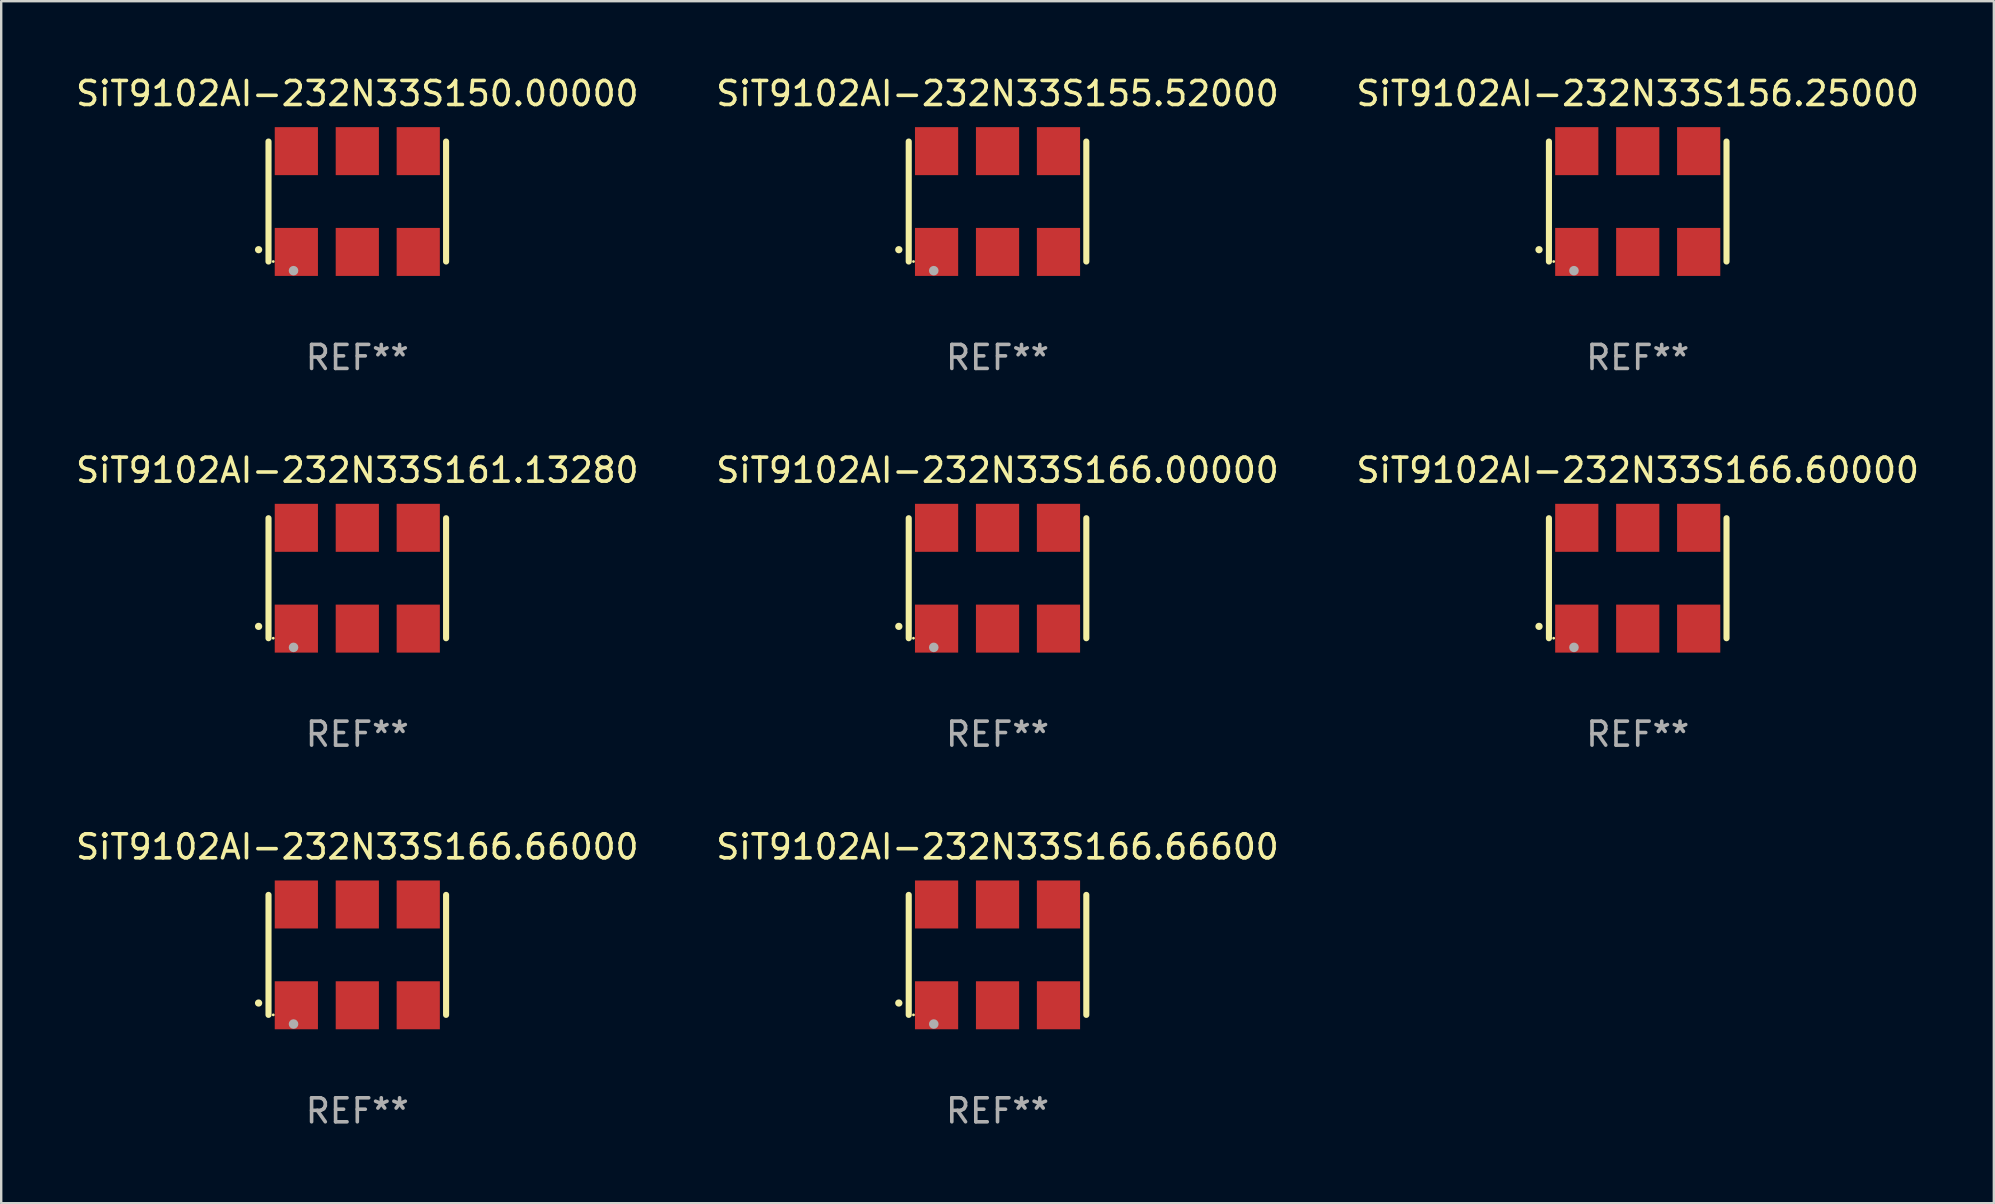
<source format=kicad_pcb>
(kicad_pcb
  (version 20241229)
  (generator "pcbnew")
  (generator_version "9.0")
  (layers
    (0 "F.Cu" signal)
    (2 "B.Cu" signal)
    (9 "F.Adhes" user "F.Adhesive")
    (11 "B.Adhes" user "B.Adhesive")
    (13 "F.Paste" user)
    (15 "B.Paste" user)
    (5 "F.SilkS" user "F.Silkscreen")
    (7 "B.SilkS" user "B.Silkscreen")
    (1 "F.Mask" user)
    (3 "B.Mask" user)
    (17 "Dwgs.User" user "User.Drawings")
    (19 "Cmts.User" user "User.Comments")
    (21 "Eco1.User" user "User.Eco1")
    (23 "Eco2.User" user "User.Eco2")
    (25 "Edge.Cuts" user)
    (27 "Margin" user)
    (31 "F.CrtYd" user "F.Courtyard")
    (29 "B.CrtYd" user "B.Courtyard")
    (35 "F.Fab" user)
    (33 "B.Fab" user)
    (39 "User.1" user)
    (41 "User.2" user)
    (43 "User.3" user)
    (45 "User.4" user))
  (footprint "SiT9102AI-232N33S166.00000"
    (layer "F.Cu")
    (at 38.518 21.045)
    (property "Reference" "SiT9102AI-232N33S166.00000" (at 0 -4.5 0) (layer "F.SilkS") (effects (font (size 1 1) (thickness 0.15))))
    (attr through_hole)
    (fp_line (start -3.7 -2.5) (end -3.7 2.5) (stroke (width 0.254) (type solid)) (layer "F.SilkS"))
    (fp_line (start 3.7 -2.5) (end 3.7 2.5) (stroke (width 0.254) (type solid)) (layer "F.SilkS"))
    (fp_arc (start -4.114415 2.006604) (mid -4.113145 2.006599) (end -4.111875 2.006604) (stroke (width 0.3) (type solid)) (layer "F.SilkS"))
    (fp_circle (center -3.502 2.5) (end -3.472 2.5) (stroke (width 0.06) (type solid)) (fill no) (layer "F.SilkS"))
    (fp_circle (center -2.657 2.882) (end -2.557 2.882) (stroke (width 0.2) (type solid)) (fill no) (layer "F.Fab"))
    (fp_text user "REF**" (at 0 6.5 0) (layer "F.Fab") (effects (font (size 1 1) (thickness 0.15))))
    (pad "1" smd rect (at -2.54 2.1) (size 1.8 2) (layers "F.Cu" "F.Mask" "F.Paste"))
    (pad "2" smd rect (at 0.000394 2.1) (size 1.8 2) (layers "F.Cu" "F.Mask" "F.Paste"))
    (pad "3" smd rect (at 2.54 2.1) (size 1.8 2) (layers "F.Cu" "F.Mask" "F.Paste"))
    (pad "4" smd rect (at 2.54 -2.1) (size 1.8 2) (layers "F.Cu" "F.Mask" "F.Paste"))
    (pad "5" smd rect (at 0.000394 -2.1) (size 1.8 2) (layers "F.Cu" "F.Mask" "F.Paste"))
    (pad "6" smd rect (at -2.54 -2.1) (size 1.8 2) (layers "F.Cu" "F.Mask" "F.Paste")))
  (footprint "SiT9102AI-232N33S150.00000"
    (layer "F.Cu")
    (at 11.839 5.348)
    (property "Reference" "SiT9102AI-232N33S150.00000" (at 0 -4.5 0) (layer "F.SilkS") (effects (font (size 1 1) (thickness 0.15))))
    (attr through_hole)
    (fp_line (start -3.7 -2.5) (end -3.7 2.5) (stroke (width 0.254) (type solid)) (layer "F.SilkS"))
    (fp_line (start 3.7 -2.5) (end 3.7 2.5) (stroke (width 0.254) (type solid)) (layer "F.SilkS"))
    (fp_arc (start -4.114415 2.006604) (mid -4.113145 2.006599) (end -4.111875 2.006604) (stroke (width 0.3) (type solid)) (layer "F.SilkS"))
    (fp_circle (center -3.502 2.5) (end -3.472 2.5) (stroke (width 0.06) (type solid)) (fill no) (layer "F.SilkS"))
    (fp_circle (center -2.657 2.882) (end -2.557 2.882) (stroke (width 0.2) (type solid)) (fill no) (layer "F.Fab"))
    (fp_text user "REF**" (at 0 6.5 0) (layer "F.Fab") (effects (font (size 1 1) (thickness 0.15))))
    (pad "1" smd rect (at -2.54 2.1) (size 1.8 2) (layers "F.Cu" "F.Mask" "F.Paste"))
    (pad "2" smd rect (at 0.000394 2.1) (size 1.8 2) (layers "F.Cu" "F.Mask" "F.Paste"))
    (pad "3" smd rect (at 2.54 2.1) (size 1.8 2) (layers "F.Cu" "F.Mask" "F.Paste"))
    (pad "4" smd rect (at 2.54 -2.1) (size 1.8 2) (layers "F.Cu" "F.Mask" "F.Paste"))
    (pad "5" smd rect (at 0.000394 -2.1) (size 1.8 2) (layers "F.Cu" "F.Mask" "F.Paste"))
    (pad "6" smd rect (at -2.54 -2.1) (size 1.8 2) (layers "F.Cu" "F.Mask" "F.Paste")))
  (footprint "SiT9102AI-232N33S166.60000"
    (layer "F.Cu")
    (at 65.196 21.045)
    (property "Reference" "SiT9102AI-232N33S166.60000" (at 0 -4.5 0) (layer "F.SilkS") (effects (font (size 1 1) (thickness 0.15))))
    (attr through_hole)
    (fp_line (start -3.7 -2.5) (end -3.7 2.5) (stroke (width 0.254) (type solid)) (layer "F.SilkS"))
    (fp_line (start 3.7 -2.5) (end 3.7 2.5) (stroke (width 0.254) (type solid)) (layer "F.SilkS"))
    (fp_arc (start -4.114415 2.006604) (mid -4.113145 2.006599) (end -4.111875 2.006604) (stroke (width 0.3) (type solid)) (layer "F.SilkS"))
    (fp_circle (center -3.502 2.5) (end -3.472 2.5) (stroke (width 0.06) (type solid)) (fill no) (layer "F.SilkS"))
    (fp_circle (center -2.657 2.882) (end -2.557 2.882) (stroke (width 0.2) (type solid)) (fill no) (layer "F.Fab"))
    (fp_text user "REF**" (at 0 6.5 0) (layer "F.Fab") (effects (font (size 1 1) (thickness 0.15))))
    (pad "1" smd rect (at -2.54 2.1) (size 1.8 2) (layers "F.Cu" "F.Mask" "F.Paste"))
    (pad "2" smd rect (at 0.000394 2.1) (size 1.8 2) (layers "F.Cu" "F.Mask" "F.Paste"))
    (pad "3" smd rect (at 2.54 2.1) (size 1.8 2) (layers "F.Cu" "F.Mask" "F.Paste"))
    (pad "4" smd rect (at 2.54 -2.1) (size 1.8 2) (layers "F.Cu" "F.Mask" "F.Paste"))
    (pad "5" smd rect (at 0.000394 -2.1) (size 1.8 2) (layers "F.Cu" "F.Mask" "F.Paste"))
    (pad "6" smd rect (at -2.54 -2.1) (size 1.8 2) (layers "F.Cu" "F.Mask" "F.Paste")))
  (footprint "SiT9102AI-232N33S166.66000"
    (layer "F.Cu")
    (at 11.839 36.741)
    (property "Reference" "SiT9102AI-232N33S166.66000" (at 0 -4.5 0) (layer "F.SilkS") (effects (font (size 1 1) (thickness 0.15))))
    (attr through_hole)
    (fp_line (start -3.7 -2.5) (end -3.7 2.5) (stroke (width 0.254) (type solid)) (layer "F.SilkS"))
    (fp_line (start 3.7 -2.5) (end 3.7 2.5) (stroke (width 0.254) (type solid)) (layer "F.SilkS"))
    (fp_arc (start -4.114415 2.006604) (mid -4.113145 2.006599) (end -4.111875 2.006604) (stroke (width 0.3) (type solid)) (layer "F.SilkS"))
    (fp_circle (center -3.502 2.5) (end -3.472 2.5) (stroke (width 0.06) (type solid)) (fill no) (layer "F.SilkS"))
    (fp_circle (center -2.657 2.882) (end -2.557 2.882) (stroke (width 0.2) (type solid)) (fill no) (layer "F.Fab"))
    (fp_text user "REF**" (at 0 6.5 0) (layer "F.Fab") (effects (font (size 1 1) (thickness 0.15))))
    (pad "1" smd rect (at -2.54 2.1) (size 1.8 2) (layers "F.Cu" "F.Mask" "F.Paste"))
    (pad "2" smd rect (at 0.000394 2.1) (size 1.8 2) (layers "F.Cu" "F.Mask" "F.Paste"))
    (pad "3" smd rect (at 2.54 2.1) (size 1.8 2) (layers "F.Cu" "F.Mask" "F.Paste"))
    (pad "4" smd rect (at 2.54 -2.1) (size 1.8 2) (layers "F.Cu" "F.Mask" "F.Paste"))
    (pad "5" smd rect (at 0.000394 -2.1) (size 1.8 2) (layers "F.Cu" "F.Mask" "F.Paste"))
    (pad "6" smd rect (at -2.54 -2.1) (size 1.8 2) (layers "F.Cu" "F.Mask" "F.Paste")))
  (footprint "SiT9102AI-232N33S161.13280"
    (layer "F.Cu")
    (at 11.839 21.045)
    (property "Reference" "SiT9102AI-232N33S161.13280" (at 0 -4.5 0) (layer "F.SilkS") (effects (font (size 1 1) (thickness 0.15))))
    (attr through_hole)
    (fp_line (start -3.7 -2.5) (end -3.7 2.5) (stroke (width 0.254) (type solid)) (layer "F.SilkS"))
    (fp_line (start 3.7 -2.5) (end 3.7 2.5) (stroke (width 0.254) (type solid)) (layer "F.SilkS"))
    (fp_arc (start -4.114415 2.006604) (mid -4.113145 2.006599) (end -4.111875 2.006604) (stroke (width 0.3) (type solid)) (layer "F.SilkS"))
    (fp_circle (center -3.502 2.5) (end -3.472 2.5) (stroke (width 0.06) (type solid)) (fill no) (layer "F.SilkS"))
    (fp_circle (center -2.657 2.882) (end -2.557 2.882) (stroke (width 0.2) (type solid)) (fill no) (layer "F.Fab"))
    (fp_text user "REF**" (at 0 6.5 0) (layer "F.Fab") (effects (font (size 1 1) (thickness 0.15))))
    (pad "1" smd rect (at -2.54 2.1) (size 1.8 2) (layers "F.Cu" "F.Mask" "F.Paste"))
    (pad "2" smd rect (at 0.000394 2.1) (size 1.8 2) (layers "F.Cu" "F.Mask" "F.Paste"))
    (pad "3" smd rect (at 2.54 2.1) (size 1.8 2) (layers "F.Cu" "F.Mask" "F.Paste"))
    (pad "4" smd rect (at 2.54 -2.1) (size 1.8 2) (layers "F.Cu" "F.Mask" "F.Paste"))
    (pad "5" smd rect (at 0.000394 -2.1) (size 1.8 2) (layers "F.Cu" "F.Mask" "F.Paste"))
    (pad "6" smd rect (at -2.54 -2.1) (size 1.8 2) (layers "F.Cu" "F.Mask" "F.Paste")))
  (footprint "SiT9102AI-232N33S155.52000"
    (layer "F.Cu")
    (at 38.518 5.348)
    (property "Reference" "SiT9102AI-232N33S155.52000" (at 0 -4.5 0) (layer "F.SilkS") (effects (font (size 1 1) (thickness 0.15))))
    (attr through_hole)
    (fp_line (start -3.7 -2.5) (end -3.7 2.5) (stroke (width 0.254) (type solid)) (layer "F.SilkS"))
    (fp_line (start 3.7 -2.5) (end 3.7 2.5) (stroke (width 0.254) (type solid)) (layer "F.SilkS"))
    (fp_arc (start -4.114415 2.006604) (mid -4.113145 2.006599) (end -4.111875 2.006604) (stroke (width 0.3) (type solid)) (layer "F.SilkS"))
    (fp_circle (center -3.502 2.5) (end -3.472 2.5) (stroke (width 0.06) (type solid)) (fill no) (layer "F.SilkS"))
    (fp_circle (center -2.657 2.882) (end -2.557 2.882) (stroke (width 0.2) (type solid)) (fill no) (layer "F.Fab"))
    (fp_text user "REF**" (at 0 6.5 0) (layer "F.Fab") (effects (font (size 1 1) (thickness 0.15))))
    (pad "1" smd rect (at -2.54 2.1) (size 1.8 2) (layers "F.Cu" "F.Mask" "F.Paste"))
    (pad "2" smd rect (at 0.000394 2.1) (size 1.8 2) (layers "F.Cu" "F.Mask" "F.Paste"))
    (pad "3" smd rect (at 2.54 2.1) (size 1.8 2) (layers "F.Cu" "F.Mask" "F.Paste"))
    (pad "4" smd rect (at 2.54 -2.1) (size 1.8 2) (layers "F.Cu" "F.Mask" "F.Paste"))
    (pad "5" smd rect (at 0.000394 -2.1) (size 1.8 2) (layers "F.Cu" "F.Mask" "F.Paste"))
    (pad "6" smd rect (at -2.54 -2.1) (size 1.8 2) (layers "F.Cu" "F.Mask" "F.Paste")))
  (footprint "SiT9102AI-232N33S166.66600"
    (layer "F.Cu")
    (at 38.518 36.741)
    (property "Reference" "SiT9102AI-232N33S166.66600" (at 0 -4.5 0) (layer "F.SilkS") (effects (font (size 1 1) (thickness 0.15))))
    (attr through_hole)
    (fp_line (start -3.7 -2.5) (end -3.7 2.5) (stroke (width 0.254) (type solid)) (layer "F.SilkS"))
    (fp_line (start 3.7 -2.5) (end 3.7 2.5) (stroke (width 0.254) (type solid)) (layer "F.SilkS"))
    (fp_arc (start -4.114415 2.006604) (mid -4.113145 2.006599) (end -4.111875 2.006604) (stroke (width 0.3) (type solid)) (layer "F.SilkS"))
    (fp_circle (center -3.502 2.5) (end -3.472 2.5) (stroke (width 0.06) (type solid)) (fill no) (layer "F.SilkS"))
    (fp_circle (center -2.657 2.882) (end -2.557 2.882) (stroke (width 0.2) (type solid)) (fill no) (layer "F.Fab"))
    (fp_text user "REF**" (at 0 6.5 0) (layer "F.Fab") (effects (font (size 1 1) (thickness 0.15))))
    (pad "1" smd rect (at -2.54 2.1) (size 1.8 2) (layers "F.Cu" "F.Mask" "F.Paste"))
    (pad "2" smd rect (at 0.000394 2.1) (size 1.8 2) (layers "F.Cu" "F.Mask" "F.Paste"))
    (pad "3" smd rect (at 2.54 2.1) (size 1.8 2) (layers "F.Cu" "F.Mask" "F.Paste"))
    (pad "4" smd rect (at 2.54 -2.1) (size 1.8 2) (layers "F.Cu" "F.Mask" "F.Paste"))
    (pad "5" smd rect (at 0.000394 -2.1) (size 1.8 2) (layers "F.Cu" "F.Mask" "F.Paste"))
    (pad "6" smd rect (at -2.54 -2.1) (size 1.8 2) (layers "F.Cu" "F.Mask" "F.Paste")))
  (footprint "SiT9102AI-232N33S156.25000"
    (layer "F.Cu")
    (at 65.196 5.348)
    (property "Reference" "SiT9102AI-232N33S156.25000" (at 0 -4.5 0) (layer "F.SilkS") (effects (font (size 1 1) (thickness 0.15))))
    (attr through_hole)
    (fp_line (start -3.7 -2.5) (end -3.7 2.5) (stroke (width 0.254) (type solid)) (layer "F.SilkS"))
    (fp_line (start 3.7 -2.5) (end 3.7 2.5) (stroke (width 0.254) (type solid)) (layer "F.SilkS"))
    (fp_arc (start -4.114415 2.006604) (mid -4.113145 2.006599) (end -4.111875 2.006604) (stroke (width 0.3) (type solid)) (layer "F.SilkS"))
    (fp_circle (center -3.502 2.5) (end -3.472 2.5) (stroke (width 0.06) (type solid)) (fill no) (layer "F.SilkS"))
    (fp_circle (center -2.657 2.882) (end -2.557 2.882) (stroke (width 0.2) (type solid)) (fill no) (layer "F.Fab"))
    (fp_text user "REF**" (at 0 6.5 0) (layer "F.Fab") (effects (font (size 1 1) (thickness 0.15))))
    (pad "1" smd rect (at -2.54 2.1) (size 1.8 2) (layers "F.Cu" "F.Mask" "F.Paste"))
    (pad "2" smd rect (at 0.000394 2.1) (size 1.8 2) (layers "F.Cu" "F.Mask" "F.Paste"))
    (pad "3" smd rect (at 2.54 2.1) (size 1.8 2) (layers "F.Cu" "F.Mask" "F.Paste"))
    (pad "4" smd rect (at 2.54 -2.1) (size 1.8 2) (layers "F.Cu" "F.Mask" "F.Paste"))
    (pad "5" smd rect (at 0.000394 -2.1) (size 1.8 2) (layers "F.Cu" "F.Mask" "F.Paste"))
    (pad "6" smd rect (at -2.54 -2.1) (size 1.8 2) (layers "F.Cu" "F.Mask" "F.Paste")))
  (gr_rect
    (start -3 -3)
    (end 80.036 47.09)
    (stroke (width 0.1) (type default))
    (fill no)
    (layer "Edge.Cuts")))
</source>
